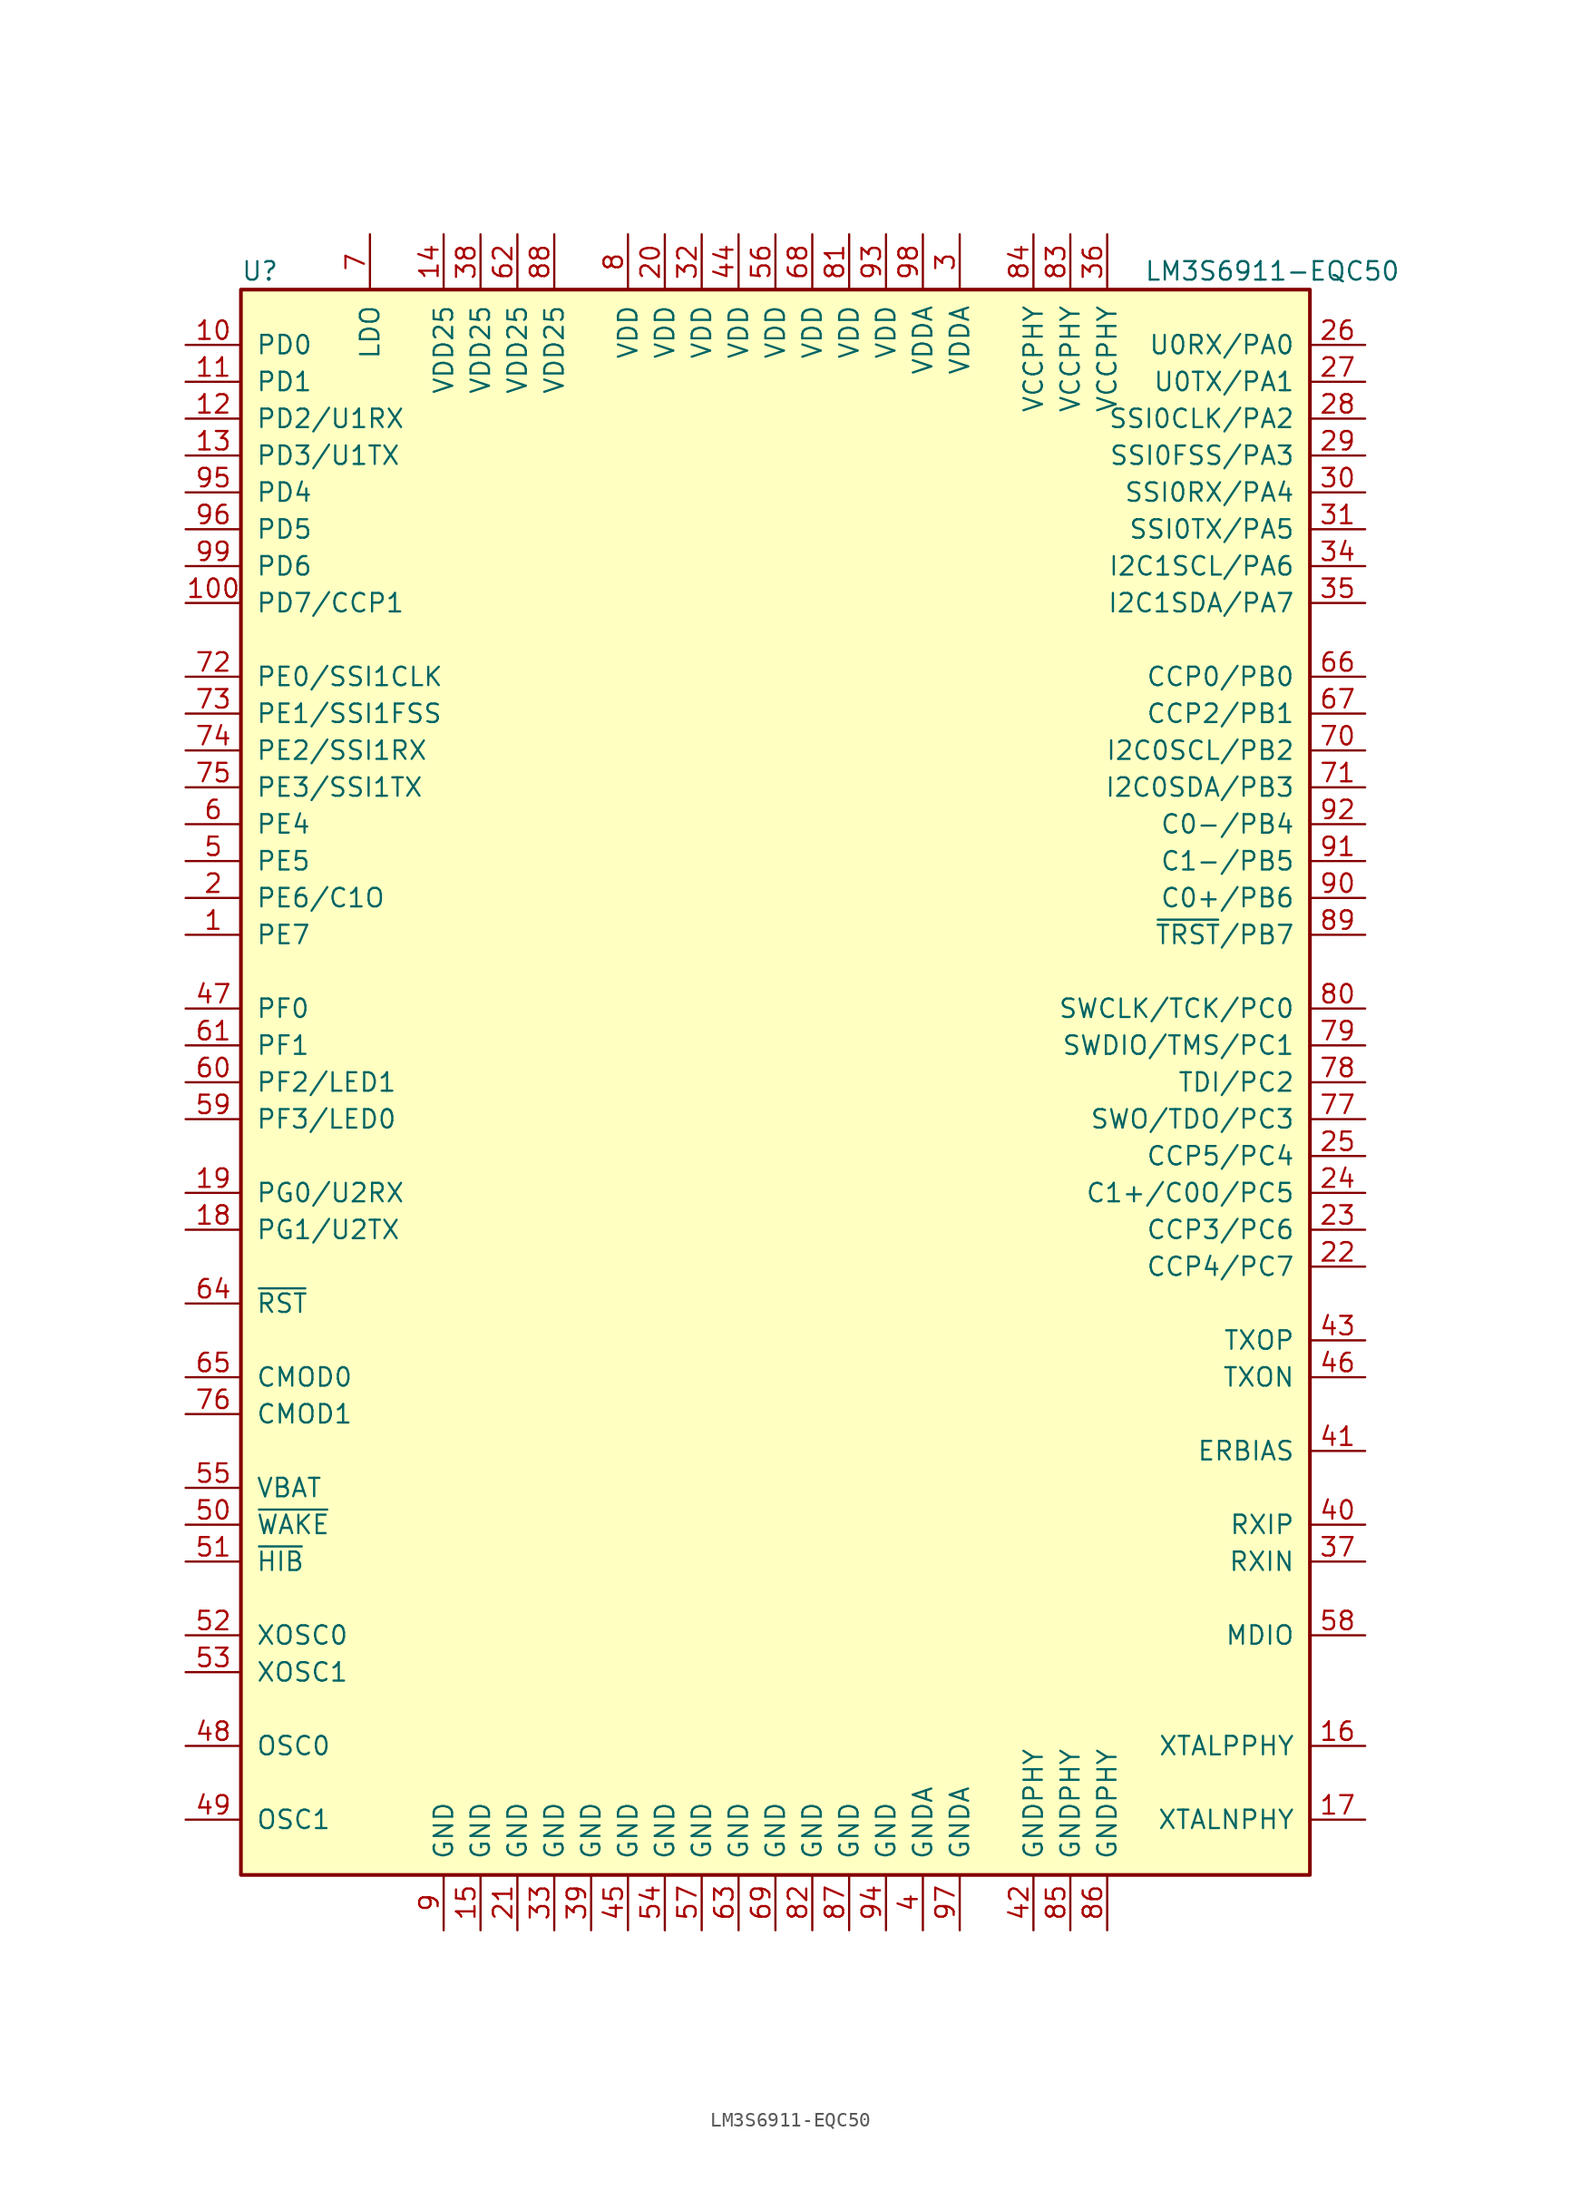
<source format=kicad_sym>
(kicad_symbol_lib
  (version 20231120)
  (generator "kicad_symbol_editor")
  (generator_version "8.0")
  (symbol "LM3S6911-EQC50"
    (pin_names
      (offset 1.016))
    (property "Reference" "U"
      (at -36.83 55.88 0)
      (effects (font (size 1.27 1.27)) (justify left)))
    (property "Value" "LM3S6911-EQC50"
      (at 25.4 55.88 0)
      (effects (font (size 1.27 1.27)) (justify left)))
    (symbol "LM3S6911-EQC50_0_1"
      (rectangle (start -36.83 54.61) (end 36.83 -54.61) (stroke (width 0.254) (type default)) (fill (type background))))
    (symbol "LM3S6911-EQC50_1_1"
      (pin bidirectional line (at -40.64 10.16 0) (length 3.81) (name "PE7" (effects (font (size 1.27 1.27)))) (number "1" (effects (font (size 1.27 1.27)))))
      (pin bidirectional line (at -40.64 50.8 0) (length 3.81) (name "PD0" (effects (font (size 1.27 1.27)))) (number "10" (effects (font (size 1.27 1.27)))))
      (pin bidirectional line (at -40.64 33.02 0) (length 3.81) (name "PD7/CCP1" (effects (font (size 1.27 1.27)))) (number "100" (effects (font (size 1.27 1.27)))))
      (pin bidirectional line (at -40.64 48.26 0) (length 3.81) (name "PD1" (effects (font (size 1.27 1.27)))) (number "11" (effects (font (size 1.27 1.27)))))
      (pin bidirectional line (at -40.64 45.72 0) (length 3.81) (name "PD2/U1RX" (effects (font (size 1.27 1.27)))) (number "12" (effects (font (size 1.27 1.27)))))
      (pin bidirectional line (at -40.64 43.18 0) (length 3.81) (name "PD3/U1TX" (effects (font (size 1.27 1.27)))) (number "13" (effects (font (size 1.27 1.27)))))
      (pin power_in line (at -22.86 58.42 270) (length 3.81) (name "VDD25" (effects (font (size 1.27 1.27)))) (number "14" (effects (font (size 1.27 1.27)))))
      (pin power_in line (at -20.32 -58.42 90) (length 3.81) (name "GND" (effects (font (size 1.27 1.27)))) (number "15" (effects (font (size 1.27 1.27)))))
      (pin passive line (at 40.64 -45.72 180) (length 3.81) (name "XTALPPHY" (effects (font (size 1.27 1.27)))) (number "16" (effects (font (size 1.27 1.27)))))
      (pin passive line (at 40.64 -50.8 180) (length 3.81) (name "XTALNPHY" (effects (font (size 1.27 1.27)))) (number "17" (effects (font (size 1.27 1.27)))))
      (pin bidirectional line (at -40.64 -10.16 0) (length 3.81) (name "PG1/U2TX" (effects (font (size 1.27 1.27)))) (number "18" (effects (font (size 1.27 1.27)))))
      (pin bidirectional line (at -40.64 -7.62 0) (length 3.81) (name "PG0/U2RX" (effects (font (size 1.27 1.27)))) (number "19" (effects (font (size 1.27 1.27)))))
      (pin bidirectional line (at -40.64 12.7 0) (length 3.81) (name "PE6/C1O" (effects (font (size 1.27 1.27)))) (number "2" (effects (font (size 1.27 1.27)))))
      (pin power_in line (at -7.62 58.42 270) (length 3.81) (name "VDD" (effects (font (size 1.27 1.27)))) (number "20" (effects (font (size 1.27 1.27)))))
      (pin power_in line (at -17.78 -58.42 90) (length 3.81) (name "GND" (effects (font (size 1.27 1.27)))) (number "21" (effects (font (size 1.27 1.27)))))
      (pin bidirectional line (at 40.64 -12.7 180) (length 3.81) (name "CCP4/PC7" (effects (font (size 1.27 1.27)))) (number "22" (effects (font (size 1.27 1.27)))))
      (pin bidirectional line (at 40.64 -10.16 180) (length 3.81) (name "CCP3/PC6" (effects (font (size 1.27 1.27)))) (number "23" (effects (font (size 1.27 1.27)))))
      (pin bidirectional line (at 40.64 -7.62 180) (length 3.81) (name "C1+/C0O/PC5" (effects (font (size 1.27 1.27)))) (number "24" (effects (font (size 1.27 1.27)))))
      (pin bidirectional line (at 40.64 -5.08 180) (length 3.81) (name "CCP5/PC4" (effects (font (size 1.27 1.27)))) (number "25" (effects (font (size 1.27 1.27)))))
      (pin bidirectional line (at 40.64 50.8 180) (length 3.81) (name "U0RX/PA0" (effects (font (size 1.27 1.27)))) (number "26" (effects (font (size 1.27 1.27)))))
      (pin bidirectional line (at 40.64 48.26 180) (length 3.81) (name "U0TX/PA1" (effects (font (size 1.27 1.27)))) (number "27" (effects (font (size 1.27 1.27)))))
      (pin bidirectional line (at 40.64 45.72 180) (length 3.81) (name "SSI0CLK/PA2" (effects (font (size 1.27 1.27)))) (number "28" (effects (font (size 1.27 1.27)))))
      (pin bidirectional line (at 40.64 43.18 180) (length 3.81) (name "SSI0FSS/PA3" (effects (font (size 1.27 1.27)))) (number "29" (effects (font (size 1.27 1.27)))))
      (pin power_in line (at 12.7 58.42 270) (length 3.81) (name "VDDA" (effects (font (size 1.27 1.27)))) (number "3" (effects (font (size 1.27 1.27)))))
      (pin bidirectional line (at 40.64 40.64 180) (length 3.81) (name "SSI0RX/PA4" (effects (font (size 1.27 1.27)))) (number "30" (effects (font (size 1.27 1.27)))))
      (pin bidirectional line (at 40.64 38.1 180) (length 3.81) (name "SSI0TX/PA5" (effects (font (size 1.27 1.27)))) (number "31" (effects (font (size 1.27 1.27)))))
      (pin power_in line (at -5.08 58.42 270) (length 3.81) (name "VDD" (effects (font (size 1.27 1.27)))) (number "32" (effects (font (size 1.27 1.27)))))
      (pin power_in line (at -15.24 -58.42 90) (length 3.81) (name "GND" (effects (font (size 1.27 1.27)))) (number "33" (effects (font (size 1.27 1.27)))))
      (pin bidirectional line (at 40.64 35.56 180) (length 3.81) (name "I2C1SCL/PA6" (effects (font (size 1.27 1.27)))) (number "34" (effects (font (size 1.27 1.27)))))
      (pin bidirectional line (at 40.64 33.02 180) (length 3.81) (name "I2C1SDA/PA7" (effects (font (size 1.27 1.27)))) (number "35" (effects (font (size 1.27 1.27)))))
      (pin power_in line (at 22.86 58.42 270) (length 3.81) (name "VCCPHY" (effects (font (size 1.27 1.27)))) (number "36" (effects (font (size 1.27 1.27)))))
      (pin passive line (at 40.64 -33.02 180) (length 3.81) (name "RXIN" (effects (font (size 1.27 1.27)))) (number "37" (effects (font (size 1.27 1.27)))))
      (pin power_in line (at -20.32 58.42 270) (length 3.81) (name "VDD25" (effects (font (size 1.27 1.27)))) (number "38" (effects (font (size 1.27 1.27)))))
      (pin power_in line (at -12.7 -58.42 90) (length 3.81) (name "GND" (effects (font (size 1.27 1.27)))) (number "39" (effects (font (size 1.27 1.27)))))
      (pin power_in line (at 10.16 -58.42 90) (length 3.81) (name "GNDA" (effects (font (size 1.27 1.27)))) (number "4" (effects (font (size 1.27 1.27)))))
      (pin passive line (at 40.64 -30.48 180) (length 3.81) (name "RXIP" (effects (font (size 1.27 1.27)))) (number "40" (effects (font (size 1.27 1.27)))))
      (pin passive line (at 40.64 -25.4 180) (length 3.81) (name "ERBIAS" (effects (font (size 1.27 1.27)))) (number "41" (effects (font (size 1.27 1.27)))))
      (pin power_in line (at 17.78 -58.42 90) (length 3.81) (name "GNDPHY" (effects (font (size 1.27 1.27)))) (number "42" (effects (font (size 1.27 1.27)))))
      (pin passive line (at 40.64 -17.78 180) (length 3.81) (name "TXOP" (effects (font (size 1.27 1.27)))) (number "43" (effects (font (size 1.27 1.27)))))
      (pin power_in line (at -2.54 58.42 270) (length 3.81) (name "VDD" (effects (font (size 1.27 1.27)))) (number "44" (effects (font (size 1.27 1.27)))))
      (pin power_in line (at -10.16 -58.42 90) (length 3.81) (name "GND" (effects (font (size 1.27 1.27)))) (number "45" (effects (font (size 1.27 1.27)))))
      (pin passive line (at 40.64 -20.32 180) (length 3.81) (name "TXON" (effects (font (size 1.27 1.27)))) (number "46" (effects (font (size 1.27 1.27)))))
      (pin bidirectional line (at -40.64 5.08 0) (length 3.81) (name "PF0" (effects (font (size 1.27 1.27)))) (number "47" (effects (font (size 1.27 1.27)))))
      (pin passive line (at -40.64 -45.72 0) (length 3.81) (name "OSC0" (effects (font (size 1.27 1.27)))) (number "48" (effects (font (size 1.27 1.27)))))
      (pin passive line (at -40.64 -50.8 0) (length 3.81) (name "OSC1" (effects (font (size 1.27 1.27)))) (number "49" (effects (font (size 1.27 1.27)))))
      (pin bidirectional line (at -40.64 15.24 0) (length 3.81) (name "PE5" (effects (font (size 1.27 1.27)))) (number "5" (effects (font (size 1.27 1.27)))))
      (pin input line (at -40.64 -30.48 0) (length 3.81) (name "~{WAKE}" (effects (font (size 1.27 1.27)))) (number "50" (effects (font (size 1.27 1.27)))))
      (pin open_collector line (at -40.64 -33.02 0) (length 3.81) (name "~{HIB}" (effects (font (size 1.27 1.27)))) (number "51" (effects (font (size 1.27 1.27)))))
      (pin passive line (at -40.64 -38.1 0) (length 3.81) (name "XOSC0" (effects (font (size 1.27 1.27)))) (number "52" (effects (font (size 1.27 1.27)))))
      (pin passive line (at -40.64 -40.64 0) (length 3.81) (name "XOSC1" (effects (font (size 1.27 1.27)))) (number "53" (effects (font (size 1.27 1.27)))))
      (pin power_in line (at -7.62 -58.42 90) (length 3.81) (name "GND" (effects (font (size 1.27 1.27)))) (number "54" (effects (font (size 1.27 1.27)))))
      (pin passive line (at -40.64 -27.94 0) (length 3.81) (name "VBAT" (effects (font (size 1.27 1.27)))) (number "55" (effects (font (size 1.27 1.27)))))
      (pin power_in line (at 0 58.42 270) (length 3.81) (name "VDD" (effects (font (size 1.27 1.27)))) (number "56" (effects (font (size 1.27 1.27)))))
      (pin power_in line (at -5.08 -58.42 90) (length 3.81) (name "GND" (effects (font (size 1.27 1.27)))) (number "57" (effects (font (size 1.27 1.27)))))
      (pin input line (at 40.64 -38.1 180) (length 3.81) (name "MDIO" (effects (font (size 1.27 1.27)))) (number "58" (effects (font (size 1.27 1.27)))))
      (pin bidirectional line (at -40.64 -2.54 0) (length 3.81) (name "PF3/LED0" (effects (font (size 1.27 1.27)))) (number "59" (effects (font (size 1.27 1.27)))))
      (pin bidirectional line (at -40.64 17.78 0) (length 3.81) (name "PE4" (effects (font (size 1.27 1.27)))) (number "6" (effects (font (size 1.27 1.27)))))
      (pin bidirectional line (at -40.64 0 0) (length 3.81) (name "PF2/LED1" (effects (font (size 1.27 1.27)))) (number "60" (effects (font (size 1.27 1.27)))))
      (pin bidirectional line (at -40.64 2.54 0) (length 3.81) (name "PF1" (effects (font (size 1.27 1.27)))) (number "61" (effects (font (size 1.27 1.27)))))
      (pin power_in line (at -17.78 58.42 270) (length 3.81) (name "VDD25" (effects (font (size 1.27 1.27)))) (number "62" (effects (font (size 1.27 1.27)))))
      (pin power_in line (at -2.54 -58.42 90) (length 3.81) (name "GND" (effects (font (size 1.27 1.27)))) (number "63" (effects (font (size 1.27 1.27)))))
      (pin input line (at -40.64 -15.24 0) (length 3.81) (name "~{RST}" (effects (font (size 1.27 1.27)))) (number "64" (effects (font (size 1.27 1.27)))))
      (pin input line (at -40.64 -20.32 0) (length 3.81) (name "CMOD0" (effects (font (size 1.27 1.27)))) (number "65" (effects (font (size 1.27 1.27)))))
      (pin bidirectional line (at 40.64 27.94 180) (length 3.81) (name "CCP0/PB0" (effects (font (size 1.27 1.27)))) (number "66" (effects (font (size 1.27 1.27)))))
      (pin bidirectional line (at 40.64 25.4 180) (length 3.81) (name "CCP2/PB1" (effects (font (size 1.27 1.27)))) (number "67" (effects (font (size 1.27 1.27)))))
      (pin power_in line (at 2.54 58.42 270) (length 3.81) (name "VDD" (effects (font (size 1.27 1.27)))) (number "68" (effects (font (size 1.27 1.27)))))
      (pin power_in line (at 0 -58.42 90) (length 3.81) (name "GND" (effects (font (size 1.27 1.27)))) (number "69" (effects (font (size 1.27 1.27)))))
      (pin passive line (at -27.94 58.42 270) (length 3.81) (name "LDO" (effects (font (size 1.27 1.27)))) (number "7" (effects (font (size 1.27 1.27)))))
      (pin bidirectional line (at 40.64 22.86 180) (length 3.81) (name "I2C0SCL/PB2" (effects (font (size 1.27 1.27)))) (number "70" (effects (font (size 1.27 1.27)))))
      (pin bidirectional line (at 40.64 20.32 180) (length 3.81) (name "I2C0SDA/PB3" (effects (font (size 1.27 1.27)))) (number "71" (effects (font (size 1.27 1.27)))))
      (pin bidirectional line (at -40.64 27.94 0) (length 3.81) (name "PE0/SSI1CLK" (effects (font (size 1.27 1.27)))) (number "72" (effects (font (size 1.27 1.27)))))
      (pin bidirectional line (at -40.64 25.4 0) (length 3.81) (name "PE1/SSI1FSS" (effects (font (size 1.27 1.27)))) (number "73" (effects (font (size 1.27 1.27)))))
      (pin bidirectional line (at -40.64 22.86 0) (length 3.81) (name "PE2/SSI1RX" (effects (font (size 1.27 1.27)))) (number "74" (effects (font (size 1.27 1.27)))))
      (pin bidirectional line (at -40.64 20.32 0) (length 3.81) (name "PE3/SSI1TX" (effects (font (size 1.27 1.27)))) (number "75" (effects (font (size 1.27 1.27)))))
      (pin input line (at -40.64 -22.86 0) (length 3.81) (name "CMOD1" (effects (font (size 1.27 1.27)))) (number "76" (effects (font (size 1.27 1.27)))))
      (pin bidirectional line (at 40.64 -2.54 180) (length 3.81) (name "SWO/TDO/PC3" (effects (font (size 1.27 1.27)))) (number "77" (effects (font (size 1.27 1.27)))))
      (pin bidirectional line (at 40.64 0 180) (length 3.81) (name "TDI/PC2" (effects (font (size 1.27 1.27)))) (number "78" (effects (font (size 1.27 1.27)))))
      (pin bidirectional line (at 40.64 2.54 180) (length 3.81) (name "SWDIO/TMS/PC1" (effects (font (size 1.27 1.27)))) (number "79" (effects (font (size 1.27 1.27)))))
      (pin power_in line (at -10.16 58.42 270) (length 3.81) (name "VDD" (effects (font (size 1.27 1.27)))) (number "8" (effects (font (size 1.27 1.27)))))
      (pin bidirectional line (at 40.64 5.08 180) (length 3.81) (name "SWCLK/TCK/PC0" (effects (font (size 1.27 1.27)))) (number "80" (effects (font (size 1.27 1.27)))))
      (pin power_in line (at 5.08 58.42 270) (length 3.81) (name "VDD" (effects (font (size 1.27 1.27)))) (number "81" (effects (font (size 1.27 1.27)))))
      (pin power_in line (at 2.54 -58.42 90) (length 3.81) (name "GND" (effects (font (size 1.27 1.27)))) (number "82" (effects (font (size 1.27 1.27)))))
      (pin power_in line (at 20.32 58.42 270) (length 3.81) (name "VCCPHY" (effects (font (size 1.27 1.27)))) (number "83" (effects (font (size 1.27 1.27)))))
      (pin power_in line (at 17.78 58.42 270) (length 3.81) (name "VCCPHY" (effects (font (size 1.27 1.27)))) (number "84" (effects (font (size 1.27 1.27)))))
      (pin power_in line (at 20.32 -58.42 90) (length 3.81) (name "GNDPHY" (effects (font (size 1.27 1.27)))) (number "85" (effects (font (size 1.27 1.27)))))
      (pin power_in line (at 22.86 -58.42 90) (length 3.81) (name "GNDPHY" (effects (font (size 1.27 1.27)))) (number "86" (effects (font (size 1.27 1.27)))))
      (pin power_in line (at 5.08 -58.42 90) (length 3.81) (name "GND" (effects (font (size 1.27 1.27)))) (number "87" (effects (font (size 1.27 1.27)))))
      (pin power_in line (at -15.24 58.42 270) (length 3.81) (name "VDD25" (effects (font (size 1.27 1.27)))) (number "88" (effects (font (size 1.27 1.27)))))
      (pin bidirectional line (at 40.64 10.16 180) (length 3.81) (name "~{TRST}/PB7" (effects (font (size 1.27 1.27)))) (number "89" (effects (font (size 1.27 1.27)))))
      (pin power_in line (at -22.86 -58.42 90) (length 3.81) (name "GND" (effects (font (size 1.27 1.27)))) (number "9" (effects (font (size 1.27 1.27)))))
      (pin bidirectional line (at 40.64 12.7 180) (length 3.81) (name "C0+/PB6" (effects (font (size 1.27 1.27)))) (number "90" (effects (font (size 1.27 1.27)))))
      (pin bidirectional line (at 40.64 15.24 180) (length 3.81) (name "C1-/PB5" (effects (font (size 1.27 1.27)))) (number "91" (effects (font (size 1.27 1.27)))))
      (pin bidirectional line (at 40.64 17.78 180) (length 3.81) (name "C0-/PB4" (effects (font (size 1.27 1.27)))) (number "92" (effects (font (size 1.27 1.27)))))
      (pin power_in line (at 7.62 58.42 270) (length 3.81) (name "VDD" (effects (font (size 1.27 1.27)))) (number "93" (effects (font (size 1.27 1.27)))))
      (pin power_in line (at 7.62 -58.42 90) (length 3.81) (name "GND" (effects (font (size 1.27 1.27)))) (number "94" (effects (font (size 1.27 1.27)))))
      (pin bidirectional line (at -40.64 40.64 0) (length 3.81) (name "PD4" (effects (font (size 1.27 1.27)))) (number "95" (effects (font (size 1.27 1.27)))))
      (pin bidirectional line (at -40.64 38.1 0) (length 3.81) (name "PD5" (effects (font (size 1.27 1.27)))) (number "96" (effects (font (size 1.27 1.27)))))
      (pin power_in line (at 12.7 -58.42 90) (length 3.81) (name "GNDA" (effects (font (size 1.27 1.27)))) (number "97" (effects (font (size 1.27 1.27)))))
      (pin power_in line (at 10.16 58.42 270) (length 3.81) (name "VDDA" (effects (font (size 1.27 1.27)))) (number "98" (effects (font (size 1.27 1.27)))))
      (pin bidirectional line (at -40.64 35.56 0) (length 3.81) (name "PD6" (effects (font (size 1.27 1.27)))) (number "99" (effects (font (size 1.27 1.27))))))))
</source>
